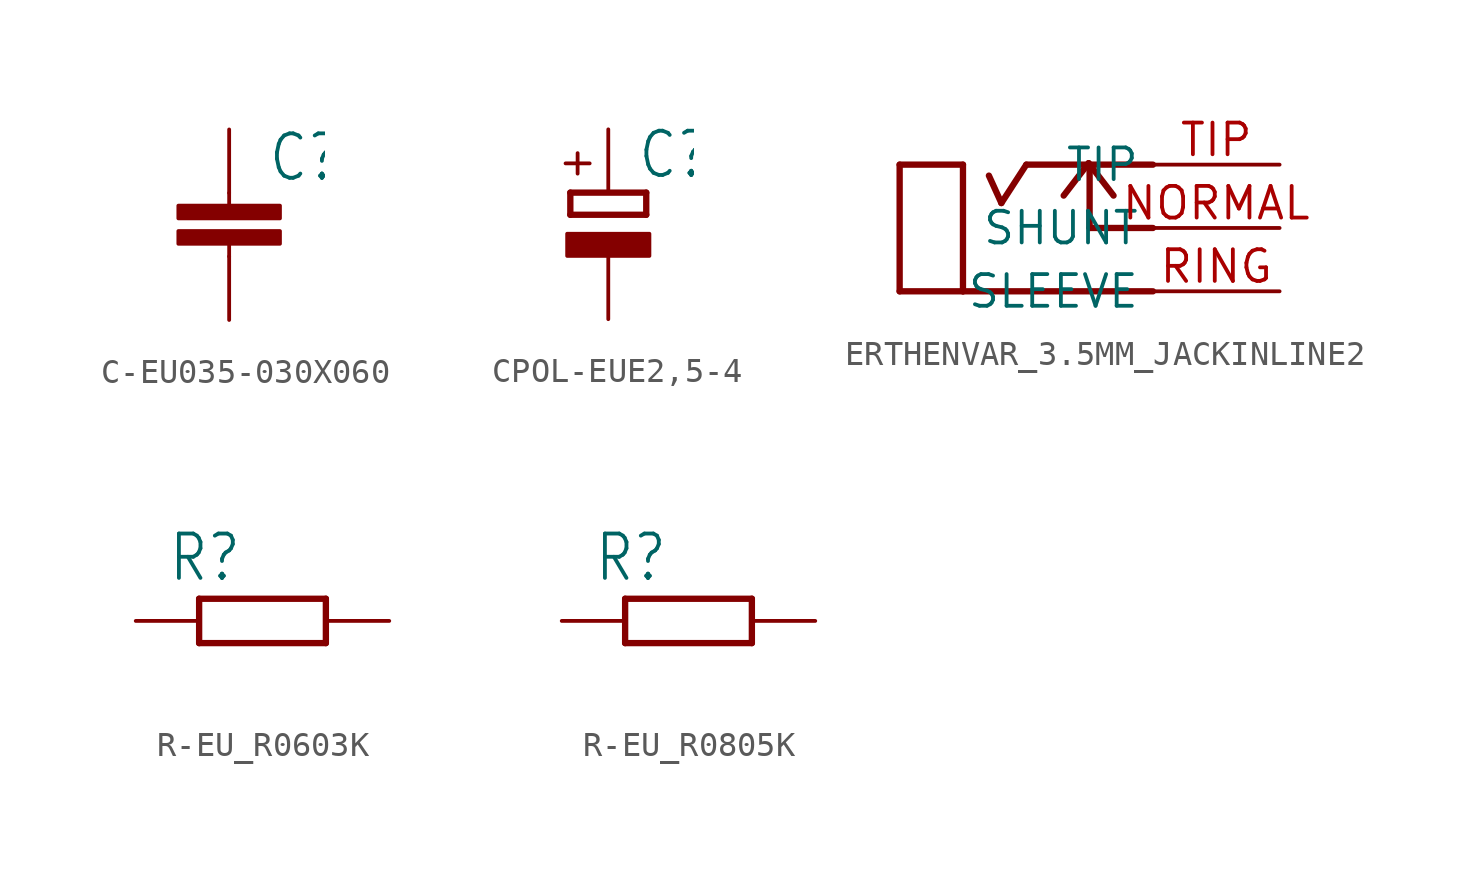
<source format=kicad_sym>
(kicad_symbol_lib
  (version 20231120)
  (generator "kicad_symbol_editor")
  (generator_version "8.0")
  (symbol "C-EU035-030X060"
    (property "Reference" "C"
      (at 1.524 0.381 0)
      (effects (font (size 1.778 1.511)) (justify left bottom)))
    (property "Value" ""
      (at 1.524 -4.699 0)
      (effects (font (size 1.778 1.511)) (justify left bottom)))
    (property "ki_locked" ""
      (at 0 0 0)
      (effects (font (size 1.27 1.27))))
    (symbol "C-EU035-030X060_1_0"
      (rectangle (start -2.032 -2.032) (end 2.032 -1.524) (stroke (width 0) (type default)) (fill (type outline)))
      (rectangle (start -2.032 -1.016) (end 2.032 -0.508) (stroke (width 0) (type default)) (fill (type outline)))
      (polyline (pts (xy 0 -2.54) (xy 0 -2.032)) (stroke (width 0.152) (type solid)) (fill (type none)))
      (polyline (pts (xy 0 0) (xy 0 -0.508)) (stroke (width 0.152) (type solid)) (fill (type none)))
      (pin passive line (at 0 2.54 270) (length 2.54) (name "1" (effects (font (size 0 0)))) (number "P$1" (effects (font (size 0 0)))))
      (pin passive line (at 0 -5.08 90) (length 2.54) (name "2" (effects (font (size 0 0)))) (number "P$2" (effects (font (size 0 0)))))))
  (symbol "CPOL-EUE2,5-4"
    (property "Reference" "C"
      (at 1.143 0.483 0)
      (effects (font (size 1.778 1.511)) (justify left bottom)))
    (property "Value" ""
      (at 1.143 -4.597 0)
      (effects (font (size 1.778 1.511)) (justify left bottom)))
    (property "ki_locked" ""
      (at 0 0 0)
      (effects (font (size 1.27 1.27))))
    (symbol "CPOL-EUE2,5-4_1_0"
      (rectangle (start -1.651 -2.54) (end 1.651 -1.651) (stroke (width 0) (type default)) (fill (type outline)))
      (polyline (pts (xy -1.524 -0.889) (xy 1.524 -0.889)) (stroke (width 0.254) (type solid)) (fill (type none)))
      (polyline (pts (xy -1.524 0) (xy -1.524 -0.889)) (stroke (width 0.254) (type solid)) (fill (type none)))
      (polyline (pts (xy -1.524 0) (xy 1.524 0)) (stroke (width 0.254) (type solid)) (fill (type none)))
      (polyline (pts (xy 1.524 -0.889) (xy 1.524 0)) (stroke (width 0.254) (type solid)) (fill (type none)))
      (text "+" (at -0.584 0.406 900) (effects (font (size 1.27 1.079)) (justify left bottom)))
      (pin passive line (at 0 2.54 270) (length 2.54) (name "+" (effects (font (size 0 0)))) (number "+" (effects (font (size 0 0)))))
      (pin passive line (at 0 -5.08 90) (length 2.54) (name "-" (effects (font (size 0 0)))) (number "-" (effects (font (size 0 0)))))))
  (symbol "ERTHENVAR_3.5MM_JACKINLINE2"
    (property "Reference" ""
      (at 0 0 0)
      (effects (font (size 1.27 1.27)) (hide yes)))
    (property "ki_locked" ""
      (at 0 0 0)
      (effects (font (size 1.27 1.27))))
    (symbol "ERTHENVAR_3.5MM_JACKINLINE2_1_0"
      (polyline (pts (xy -5.08 -2.54) (xy -5.08 2.54)) (stroke (width 0.254) (type solid)) (fill (type none)))
      (polyline (pts (xy -5.08 -2.54) (xy -2.54 -2.54)) (stroke (width 0.254) (type solid)) (fill (type none)))
      (polyline (pts (xy -5.08 2.54) (xy -2.54 2.54)) (stroke (width 0.254) (type solid)) (fill (type none)))
      (polyline (pts (xy -2.54 -2.54) (xy 5.08 -2.54)) (stroke (width 0.254) (type solid)) (fill (type none)))
      (polyline (pts (xy -2.54 2.54) (xy -2.54 -2.54)) (stroke (width 0.254) (type solid)) (fill (type none)))
      (polyline (pts (xy -1 1) (xy -1.5 2.1)) (stroke (width 0.254) (type solid)) (fill (type none)))
      (polyline (pts (xy -1 1) (xy 0 2.54)) (stroke (width 0.254) (type solid)) (fill (type none)))
      (polyline (pts (xy 0 2.54) (xy 2.54 2.54)) (stroke (width 0.254) (type solid)) (fill (type none)))
      (polyline (pts (xy 2.5 2.6) (xy 1.5 1.3)) (stroke (width 0.254) (type solid)) (fill (type none)))
      (polyline (pts (xy 2.5 2.6) (xy 3.5 1.3)) (stroke (width 0.254) (type solid)) (fill (type none)))
      (polyline (pts (xy 2.54 0) (xy 2.54 2.54)) (stroke (width 0.254) (type solid)) (fill (type none)))
      (polyline (pts (xy 2.54 2.54) (xy 5.08 2.54)) (stroke (width 0.254) (type solid)) (fill (type none)))
      (polyline (pts (xy 5.08 0) (xy 2.54 0)) (stroke (width 0.254) (type solid)) (fill (type none)))
      (pin bidirectional line (at 10.16 0 180) (length 5.08) (name "SHUNT" (effects (font (size 1.27 1.27)))) (number "NORMAL" (effects (font (size 1.27 1.27)))))
      (pin bidirectional line (at 10.16 -2.54 180) (length 5.08) (name "SLEEVE" (effects (font (size 1.27 1.27)))) (number "RING" (effects (font (size 1.27 1.27)))))
      (pin bidirectional line (at 10.16 2.54 180) (length 5.08) (name "TIP" (effects (font (size 1.27 1.27)))) (number "TIP" (effects (font (size 1.27 1.27)))))))
  (symbol "R-EU_R0603K"
    (property "Reference" "R"
      (at -3.81 1.499 0)
      (effects (font (size 1.778 1.511)) (justify left bottom)))
    (property "Value" ""
      (at -3.81 -3.302 0)
      (effects (font (size 1.778 1.511)) (justify left bottom)))
    (property "ki_locked" ""
      (at 0 0 0)
      (effects (font (size 1.27 1.27))))
    (symbol "R-EU_R0603K_1_0"
      (polyline (pts (xy -2.54 -0.889) (xy -2.54 0.889)) (stroke (width 0.254) (type solid)) (fill (type none)))
      (polyline (pts (xy -2.54 -0.889) (xy 2.54 -0.889)) (stroke (width 0.254) (type solid)) (fill (type none)))
      (polyline (pts (xy 2.54 -0.889) (xy 2.54 0.889)) (stroke (width 0.254) (type solid)) (fill (type none)))
      (polyline (pts (xy 2.54 0.889) (xy -2.54 0.889)) (stroke (width 0.254) (type solid)) (fill (type none)))
      (pin passive line (at -5.08 0 0) (length 2.54) (name "1" (effects (font (size 0 0)))) (number "1" (effects (font (size 0 0)))))
      (pin passive line (at 5.08 0 180) (length 2.54) (name "2" (effects (font (size 0 0)))) (number "2" (effects (font (size 0 0)))))))
  (symbol "R-EU_R0805K"
    (property "Reference" "R"
      (at -3.81 1.499 0)
      (effects (font (size 1.778 1.511)) (justify left bottom)))
    (property "Value" ""
      (at -3.81 -3.302 0)
      (effects (font (size 1.778 1.511)) (justify left bottom)))
    (property "ki_locked" ""
      (at 0 0 0)
      (effects (font (size 1.27 1.27))))
    (symbol "R-EU_R0805K_1_0"
      (polyline (pts (xy -2.54 -0.889) (xy -2.54 0.889)) (stroke (width 0.254) (type solid)) (fill (type none)))
      (polyline (pts (xy -2.54 -0.889) (xy 2.54 -0.889)) (stroke (width 0.254) (type solid)) (fill (type none)))
      (polyline (pts (xy 2.54 -0.889) (xy 2.54 0.889)) (stroke (width 0.254) (type solid)) (fill (type none)))
      (polyline (pts (xy 2.54 0.889) (xy -2.54 0.889)) (stroke (width 0.254) (type solid)) (fill (type none)))
      (pin passive line (at -5.08 0 0) (length 2.54) (name "1" (effects (font (size 0 0)))) (number "1" (effects (font (size 0 0)))))
      (pin passive line (at 5.08 0 180) (length 2.54) (name "2" (effects (font (size 0 0)))) (number "2" (effects (font (size 0 0))))))))
</source>
